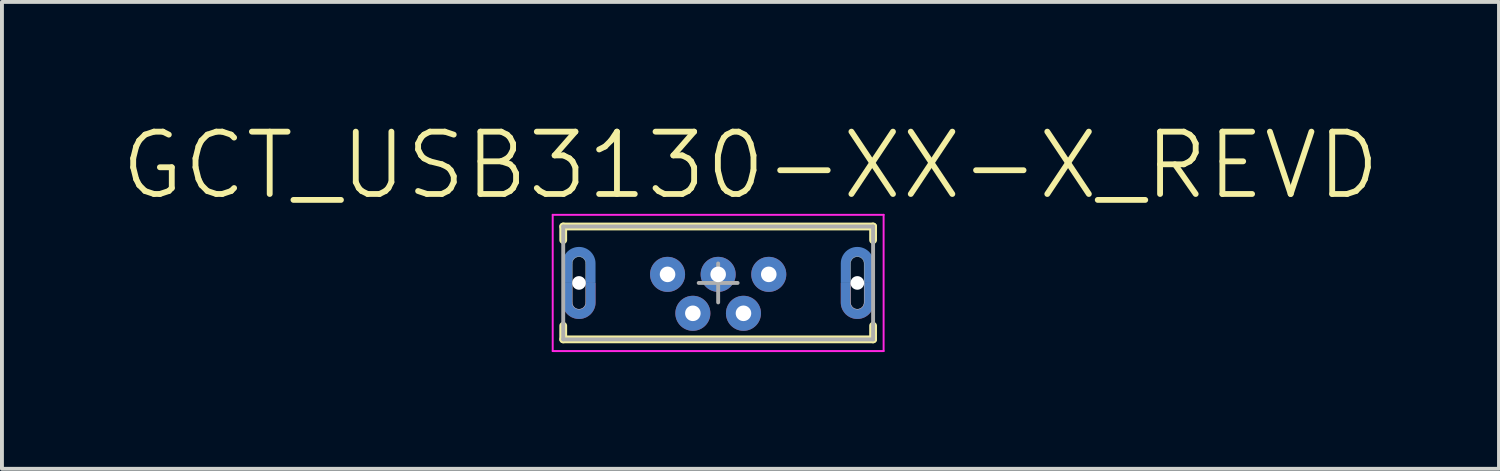
<source format=kicad_pcb>
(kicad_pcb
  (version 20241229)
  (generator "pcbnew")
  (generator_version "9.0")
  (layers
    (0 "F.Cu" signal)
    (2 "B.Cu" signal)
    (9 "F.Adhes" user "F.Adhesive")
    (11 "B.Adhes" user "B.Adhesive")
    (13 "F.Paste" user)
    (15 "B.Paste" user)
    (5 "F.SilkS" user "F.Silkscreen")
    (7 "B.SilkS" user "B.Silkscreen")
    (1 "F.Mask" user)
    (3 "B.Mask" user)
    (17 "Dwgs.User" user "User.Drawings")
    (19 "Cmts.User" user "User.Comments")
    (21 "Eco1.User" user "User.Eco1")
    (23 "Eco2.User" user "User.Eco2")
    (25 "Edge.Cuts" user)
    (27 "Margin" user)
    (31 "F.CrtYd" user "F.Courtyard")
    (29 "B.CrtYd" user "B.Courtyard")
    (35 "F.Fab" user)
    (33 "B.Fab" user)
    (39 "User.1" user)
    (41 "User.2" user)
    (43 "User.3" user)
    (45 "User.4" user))
  (footprint "GCT_USB3130-XX-X_REVD"
    (layer "F.Cu")
    (at 15.398 4.218)
    (property "Reference" "GCT_USB3130-XX-X_REVD" (at 0.831 -3.018 0) (layer "F.SilkS") (effects (font (size 1.601 1.601) (thickness 0.15))))
    (attr through_hole)
    (fp_poly (pts (xy -4.107 -1.025) (xy -3.05 -1.025) (xy -3.05 1.027) (xy -4.107 1.027)) (stroke (width 0.01) (type solid)) (fill yes) (layer "F.Mask"))
    (fp_poly (pts (xy 3.055 -1.025) (xy 4.1 -1.025) (xy 4.1 1.027) (xy 3.055 1.027)) (stroke (width 0.01) (type solid)) (fill yes) (layer "F.Mask"))
    (fp_poly (pts (xy -3.75 0) (xy -4 0) (xy -4 0.5) (xy -3.999 0.522) (xy -3.998 0.544) (xy -3.995 0.566) (xy -3.991 0.588) (xy -3.986 0.61) (xy -3.979 0.631) (xy -3.972 0.652) (xy -3.963 0.673) (xy -3.954 0.693) (xy -3.943 0.713) (xy -3.931 0.731) (xy -3.919 0.75) (xy -3.905 0.767) (xy -3.891 0.784) (xy -3.876 0.801) (xy -3.859 0.816) (xy -3.842 0.83) (xy -3.825 0.844) (xy -3.806 0.856) (xy -3.788 0.868) (xy -3.768 0.879) (xy -3.748 0.888) (xy -3.727 0.897) (xy -3.706 0.904) (xy -3.685 0.911) (xy -3.663 0.916) (xy -3.641 0.92) (xy -3.619 0.923) (xy -3.597 0.924) (xy -3.575 0.925) (xy -3.553 0.924) (xy -3.531 0.923) (xy -3.509 0.92) (xy -3.487 0.916) (xy -3.465 0.911) (xy -3.444 0.904) (xy -3.423 0.897) (xy -3.402 0.888) (xy -3.382 0.879) (xy -3.362 0.868) (xy -3.344 0.856) (xy -3.325 0.844) (xy -3.308 0.83) (xy -3.291 0.816) (xy -3.274 0.801) (xy -3.259 0.784) (xy -3.245 0.767) (xy -3.231 0.75) (xy -3.219 0.731) (xy -3.207 0.712) (xy -3.196 0.693) (xy -3.187 0.673) (xy -3.178 0.652) (xy -3.171 0.631) (xy -3.164 0.61) (xy -3.159 0.588) (xy -3.155 0.566) (xy -3.152 0.544) (xy -3.151 0.522) (xy -3.15 0.5) (xy -3.15 0) (xy -3.4 0) (xy -3.4 0.5) (xy -3.4 0.509) (xy -3.401 0.518) (xy -3.402 0.527) (xy -3.404 0.536) (xy -3.406 0.545) (xy -3.409 0.554) (xy -3.412 0.563) (xy -3.415 0.571) (xy -3.419 0.579) (xy -3.423 0.587) (xy -3.428 0.595) (xy -3.433 0.603) (xy -3.439 0.61) (xy -3.445 0.617) (xy -3.451 0.624) (xy -3.458 0.63) (xy -3.465 0.636) (xy -3.472 0.642) (xy -3.48 0.647) (xy -3.487 0.652) (xy -3.496 0.656) (xy -3.504 0.66) (xy -3.512 0.663) (xy -3.521 0.666) (xy -3.53 0.669) (xy -3.539 0.671) (xy -3.548 0.673) (xy -3.557 0.674) (xy -3.566 0.675) (xy -3.575 0.675) (xy -3.584 0.675) (xy -3.593 0.674) (xy -3.602 0.673) (xy -3.611 0.671) (xy -3.62 0.669) (xy -3.629 0.666) (xy -3.638 0.663) (xy -3.646 0.66) (xy -3.654 0.656) (xy -3.663 0.652) (xy -3.67 0.647) (xy -3.678 0.642) (xy -3.685 0.636) (xy -3.692 0.63) (xy -3.699 0.624) (xy -3.705 0.617) (xy -3.711 0.61) (xy -3.717 0.603) (xy -3.722 0.595) (xy -3.727 0.588) (xy -3.731 0.579) (xy -3.735 0.571) (xy -3.738 0.563) (xy -3.741 0.554) (xy -3.744 0.545) (xy -3.746 0.536) (xy -3.748 0.527) (xy -3.749 0.518) (xy -3.75 0.509) (xy -3.75 0.5) (xy -3.75 0)) (stroke (width 0.001) (type solid)) (fill yes) (layer "B.Cu"))
    (fp_poly (pts (xy -3.4 0) (xy -3.15 0) (xy -3.15 -0.5) (xy -3.151 -0.522) (xy -3.152 -0.544) (xy -3.155 -0.566) (xy -3.159 -0.588) (xy -3.164 -0.61) (xy -3.171 -0.631) (xy -3.178 -0.652) (xy -3.187 -0.673) (xy -3.196 -0.693) (xy -3.207 -0.712) (xy -3.219 -0.731) (xy -3.231 -0.75) (xy -3.245 -0.767) (xy -3.259 -0.784) (xy -3.274 -0.801) (xy -3.291 -0.816) (xy -3.308 -0.83) (xy -3.325 -0.844) (xy -3.344 -0.856) (xy -3.362 -0.868) (xy -3.382 -0.879) (xy -3.402 -0.888) (xy -3.423 -0.897) (xy -3.444 -0.904) (xy -3.465 -0.911) (xy -3.487 -0.916) (xy -3.509 -0.92) (xy -3.531 -0.923) (xy -3.553 -0.924) (xy -3.575 -0.925) (xy -3.597 -0.924) (xy -3.619 -0.923) (xy -3.641 -0.92) (xy -3.663 -0.916) (xy -3.685 -0.911) (xy -3.706 -0.904) (xy -3.727 -0.897) (xy -3.748 -0.888) (xy -3.768 -0.879) (xy -3.788 -0.868) (xy -3.806 -0.856) (xy -3.825 -0.844) (xy -3.842 -0.83) (xy -3.859 -0.816) (xy -3.876 -0.801) (xy -3.891 -0.784) (xy -3.905 -0.767) (xy -3.919 -0.75) (xy -3.931 -0.731) (xy -3.943 -0.713) (xy -3.954 -0.693) (xy -3.963 -0.673) (xy -3.972 -0.652) (xy -3.979 -0.631) (xy -3.986 -0.61) (xy -3.991 -0.588) (xy -3.995 -0.566) (xy -3.998 -0.544) (xy -3.999 -0.522) (xy -4 -0.5) (xy -4 0) (xy -3.75 0) (xy -3.75 -0.5) (xy -3.75 -0.509) (xy -3.749 -0.518) (xy -3.748 -0.527) (xy -3.746 -0.536) (xy -3.744 -0.545) (xy -3.741 -0.554) (xy -3.738 -0.563) (xy -3.735 -0.571) (xy -3.731 -0.579) (xy -3.727 -0.588) (xy -3.722 -0.595) (xy -3.717 -0.603) (xy -3.711 -0.61) (xy -3.705 -0.617) (xy -3.699 -0.624) (xy -3.692 -0.63) (xy -3.685 -0.636) (xy -3.678 -0.642) (xy -3.67 -0.647) (xy -3.663 -0.652) (xy -3.654 -0.656) (xy -3.646 -0.66) (xy -3.638 -0.663) (xy -3.629 -0.666) (xy -3.62 -0.669) (xy -3.611 -0.671) (xy -3.602 -0.673) (xy -3.593 -0.674) (xy -3.584 -0.675) (xy -3.575 -0.675) (xy -3.566 -0.675) (xy -3.557 -0.674) (xy -3.548 -0.673) (xy -3.539 -0.671) (xy -3.53 -0.669) (xy -3.521 -0.666) (xy -3.512 -0.663) (xy -3.504 -0.66) (xy -3.496 -0.656) (xy -3.487 -0.652) (xy -3.48 -0.647) (xy -3.472 -0.642) (xy -3.465 -0.636) (xy -3.458 -0.63) (xy -3.451 -0.624) (xy -3.445 -0.617) (xy -3.439 -0.61) (xy -3.433 -0.603) (xy -3.428 -0.595) (xy -3.423 -0.587) (xy -3.419 -0.579) (xy -3.415 -0.571) (xy -3.412 -0.563) (xy -3.409 -0.554) (xy -3.406 -0.545) (xy -3.404 -0.536) (xy -3.402 -0.527) (xy -3.401 -0.518) (xy -3.4 -0.509) (xy -3.4 -0.5) (xy -3.4 0)) (stroke (width 0.001) (type solid)) (fill yes) (layer "B.Cu"))
    (fp_poly (pts (xy 3.4 0) (xy 3.15 0) (xy 3.15 0.5) (xy 3.151 0.522) (xy 3.152 0.544) (xy 3.155 0.566) (xy 3.159 0.588) (xy 3.164 0.61) (xy 3.171 0.631) (xy 3.178 0.652) (xy 3.187 0.673) (xy 3.196 0.693) (xy 3.207 0.712) (xy 3.219 0.731) (xy 3.231 0.75) (xy 3.245 0.767) (xy 3.259 0.784) (xy 3.274 0.801) (xy 3.291 0.816) (xy 3.308 0.83) (xy 3.325 0.844) (xy 3.344 0.856) (xy 3.362 0.868) (xy 3.382 0.879) (xy 3.402 0.888) (xy 3.423 0.897) (xy 3.444 0.904) (xy 3.465 0.911) (xy 3.487 0.916) (xy 3.509 0.92) (xy 3.531 0.923) (xy 3.553 0.924) (xy 3.575 0.925) (xy 3.597 0.924) (xy 3.619 0.923) (xy 3.641 0.92) (xy 3.663 0.916) (xy 3.685 0.911) (xy 3.706 0.904) (xy 3.727 0.897) (xy 3.748 0.888) (xy 3.768 0.879) (xy 3.788 0.868) (xy 3.806 0.856) (xy 3.825 0.844) (xy 3.842 0.83) (xy 3.859 0.816) (xy 3.876 0.801) (xy 3.891 0.784) (xy 3.905 0.767) (xy 3.919 0.75) (xy 3.931 0.731) (xy 3.943 0.713) (xy 3.954 0.693) (xy 3.963 0.673) (xy 3.972 0.652) (xy 3.979 0.631) (xy 3.986 0.61) (xy 3.991 0.588) (xy 3.995 0.566) (xy 3.998 0.544) (xy 3.999 0.522) (xy 4 0.5) (xy 4 0) (xy 3.75 0) (xy 3.75 0.5) (xy 3.75 0.509) (xy 3.749 0.518) (xy 3.748 0.527) (xy 3.746 0.536) (xy 3.744 0.545) (xy 3.741 0.554) (xy 3.738 0.563) (xy 3.735 0.571) (xy 3.731 0.579) (xy 3.727 0.588) (xy 3.722 0.595) (xy 3.717 0.603) (xy 3.711 0.61) (xy 3.705 0.617) (xy 3.699 0.624) (xy 3.692 0.63) (xy 3.685 0.636) (xy 3.678 0.642) (xy 3.67 0.647) (xy 3.663 0.652) (xy 3.654 0.656) (xy 3.646 0.66) (xy 3.638 0.663) (xy 3.629 0.666) (xy 3.62 0.669) (xy 3.611 0.671) (xy 3.602 0.673) (xy 3.593 0.674) (xy 3.584 0.675) (xy 3.575 0.675) (xy 3.566 0.675) (xy 3.557 0.674) (xy 3.548 0.673) (xy 3.539 0.671) (xy 3.53 0.669) (xy 3.521 0.666) (xy 3.512 0.663) (xy 3.504 0.66) (xy 3.496 0.656) (xy 3.487 0.652) (xy 3.48 0.647) (xy 3.472 0.642) (xy 3.465 0.636) (xy 3.458 0.63) (xy 3.451 0.624) (xy 3.445 0.617) (xy 3.439 0.61) (xy 3.433 0.603) (xy 3.428 0.595) (xy 3.423 0.587) (xy 3.419 0.579) (xy 3.415 0.571) (xy 3.412 0.563) (xy 3.409 0.554) (xy 3.406 0.545) (xy 3.404 0.536) (xy 3.402 0.527) (xy 3.401 0.518) (xy 3.4 0.509) (xy 3.4 0.5) (xy 3.4 0)) (stroke (width 0.001) (type solid)) (fill yes) (layer "B.Cu"))
    (fp_poly (pts (xy 3.75 0) (xy 4 0) (xy 4 -0.5) (xy 3.999 -0.522) (xy 3.998 -0.544) (xy 3.995 -0.566) (xy 3.991 -0.588) (xy 3.986 -0.61) (xy 3.979 -0.631) (xy 3.972 -0.652) (xy 3.963 -0.673) (xy 3.954 -0.693) (xy 3.943 -0.713) (xy 3.931 -0.731) (xy 3.919 -0.75) (xy 3.905 -0.767) (xy 3.891 -0.784) (xy 3.876 -0.801) (xy 3.859 -0.816) (xy 3.842 -0.83) (xy 3.825 -0.844) (xy 3.806 -0.856) (xy 3.788 -0.868) (xy 3.768 -0.879) (xy 3.748 -0.888) (xy 3.727 -0.897) (xy 3.706 -0.904) (xy 3.685 -0.911) (xy 3.663 -0.916) (xy 3.641 -0.92) (xy 3.619 -0.923) (xy 3.597 -0.924) (xy 3.575 -0.925) (xy 3.553 -0.924) (xy 3.531 -0.923) (xy 3.509 -0.92) (xy 3.487 -0.916) (xy 3.465 -0.911) (xy 3.444 -0.904) (xy 3.423 -0.897) (xy 3.402 -0.888) (xy 3.382 -0.879) (xy 3.362 -0.868) (xy 3.344 -0.856) (xy 3.325 -0.844) (xy 3.308 -0.83) (xy 3.291 -0.816) (xy 3.274 -0.801) (xy 3.259 -0.784) (xy 3.245 -0.767) (xy 3.231 -0.75) (xy 3.219 -0.731) (xy 3.207 -0.712) (xy 3.196 -0.693) (xy 3.187 -0.673) (xy 3.178 -0.652) (xy 3.171 -0.631) (xy 3.164 -0.61) (xy 3.159 -0.588) (xy 3.155 -0.566) (xy 3.152 -0.544) (xy 3.151 -0.522) (xy 3.15 -0.5) (xy 3.15 0) (xy 3.4 0) (xy 3.4 -0.5) (xy 3.4 -0.509) (xy 3.401 -0.518) (xy 3.402 -0.527) (xy 3.404 -0.536) (xy 3.406 -0.545) (xy 3.409 -0.554) (xy 3.412 -0.563) (xy 3.415 -0.571) (xy 3.419 -0.579) (xy 3.423 -0.587) (xy 3.428 -0.595) (xy 3.433 -0.603) (xy 3.439 -0.61) (xy 3.445 -0.617) (xy 3.451 -0.624) (xy 3.458 -0.63) (xy 3.465 -0.636) (xy 3.472 -0.642) (xy 3.48 -0.647) (xy 3.487 -0.652) (xy 3.496 -0.656) (xy 3.504 -0.66) (xy 3.512 -0.663) (xy 3.521 -0.666) (xy 3.53 -0.669) (xy 3.539 -0.671) (xy 3.548 -0.673) (xy 3.557 -0.674) (xy 3.566 -0.675) (xy 3.575 -0.675) (xy 3.584 -0.675) (xy 3.593 -0.674) (xy 3.602 -0.673) (xy 3.611 -0.671) (xy 3.62 -0.669) (xy 3.629 -0.666) (xy 3.638 -0.663) (xy 3.646 -0.66) (xy 3.654 -0.656) (xy 3.663 -0.652) (xy 3.67 -0.647) (xy 3.678 -0.642) (xy 3.685 -0.636) (xy 3.692 -0.63) (xy 3.699 -0.624) (xy 3.705 -0.617) (xy 3.711 -0.61) (xy 3.717 -0.603) (xy 3.722 -0.595) (xy 3.727 -0.588) (xy 3.731 -0.579) (xy 3.735 -0.571) (xy 3.738 -0.563) (xy 3.741 -0.554) (xy 3.744 -0.545) (xy 3.746 -0.536) (xy 3.748 -0.527) (xy 3.749 -0.518) (xy 3.75 -0.509) (xy 3.75 -0.5) (xy 3.75 0)) (stroke (width 0.001) (type solid)) (fill yes) (layer "B.Cu"))
    (fp_poly (pts (xy -4.108 -1.025) (xy -3.05 -1.025) (xy -3.05 1.027) (xy -4.108 1.027)) (stroke (width 0.01) (type solid)) (fill yes) (layer "B.Mask"))
    (fp_poly (pts (xy 3.055 -1.025) (xy 4.1 -1.025) (xy 4.1 1.027) (xy 3.055 1.027)) (stroke (width 0.01) (type solid)) (fill yes) (layer "B.Mask"))
    (fp_line (start -3.98 -1.45) (end 3.98 -1.45) (stroke (width 0.2) (type solid)) (layer "F.SilkS"))
    (fp_line (start -3.98 -1.1) (end -3.98 -1.45) (stroke (width 0.2) (type solid)) (layer "F.SilkS"))
    (fp_line (start -3.98 1.45) (end -3.98 1.1) (stroke (width 0.2) (type solid)) (layer "F.SilkS"))
    (fp_line (start -3.98 1.45) (end 3.98 1.45) (stroke (width 0.2) (type solid)) (layer "F.SilkS"))
    (fp_line (start 3.98 -1.1) (end 3.98 -1.45) (stroke (width 0.2) (type solid)) (layer "F.SilkS"))
    (fp_line (start 3.98 1.45) (end 3.98 1.1) (stroke (width 0.2) (type solid)) (layer "F.SilkS"))
    (fp_poly (pts (xy -3.75 0) (xy -4 0) (xy -4 0.5) (xy -3.999 0.522) (xy -3.998 0.544) (xy -3.995 0.566) (xy -3.991 0.588) (xy -3.986 0.61) (xy -3.979 0.631) (xy -3.972 0.652) (xy -3.963 0.673) (xy -3.954 0.693) (xy -3.943 0.713) (xy -3.931 0.731) (xy -3.919 0.75) (xy -3.905 0.767) (xy -3.891 0.784) (xy -3.876 0.801) (xy -3.859 0.816) (xy -3.842 0.83) (xy -3.825 0.844) (xy -3.806 0.856) (xy -3.788 0.868) (xy -3.768 0.879) (xy -3.748 0.888) (xy -3.727 0.897) (xy -3.706 0.904) (xy -3.685 0.911) (xy -3.663 0.916) (xy -3.641 0.92) (xy -3.619 0.923) (xy -3.597 0.924) (xy -3.575 0.925) (xy -3.553 0.924) (xy -3.531 0.923) (xy -3.509 0.92) (xy -3.487 0.916) (xy -3.465 0.911) (xy -3.444 0.904) (xy -3.423 0.897) (xy -3.402 0.888) (xy -3.382 0.879) (xy -3.362 0.868) (xy -3.344 0.856) (xy -3.325 0.844) (xy -3.308 0.83) (xy -3.291 0.816) (xy -3.274 0.801) (xy -3.259 0.784) (xy -3.245 0.767) (xy -3.231 0.75) (xy -3.219 0.731) (xy -3.207 0.712) (xy -3.196 0.693) (xy -3.187 0.673) (xy -3.178 0.652) (xy -3.171 0.631) (xy -3.164 0.61) (xy -3.159 0.588) (xy -3.155 0.566) (xy -3.152 0.544) (xy -3.151 0.522) (xy -3.15 0.5) (xy -3.15 0) (xy -3.4 0) (xy -3.4 0.5) (xy -3.4 0.509) (xy -3.401 0.518) (xy -3.402 0.527) (xy -3.404 0.536) (xy -3.406 0.545) (xy -3.409 0.554) (xy -3.412 0.563) (xy -3.415 0.571) (xy -3.419 0.579) (xy -3.423 0.587) (xy -3.428 0.595) (xy -3.433 0.603) (xy -3.439 0.61) (xy -3.445 0.617) (xy -3.451 0.624) (xy -3.458 0.63) (xy -3.465 0.636) (xy -3.472 0.642) (xy -3.48 0.647) (xy -3.487 0.652) (xy -3.496 0.656) (xy -3.504 0.66) (xy -3.512 0.663) (xy -3.521 0.666) (xy -3.53 0.669) (xy -3.539 0.671) (xy -3.548 0.673) (xy -3.557 0.674) (xy -3.566 0.675) (xy -3.575 0.675) (xy -3.584 0.675) (xy -3.593 0.674) (xy -3.602 0.673) (xy -3.611 0.671) (xy -3.62 0.669) (xy -3.629 0.666) (xy -3.638 0.663) (xy -3.646 0.66) (xy -3.654 0.656) (xy -3.663 0.652) (xy -3.67 0.647) (xy -3.678 0.642) (xy -3.685 0.636) (xy -3.692 0.63) (xy -3.699 0.624) (xy -3.705 0.617) (xy -3.711 0.61) (xy -3.717 0.603) (xy -3.722 0.595) (xy -3.727 0.588) (xy -3.731 0.579) (xy -3.735 0.571) (xy -3.738 0.563) (xy -3.741 0.554) (xy -3.744 0.545) (xy -3.746 0.536) (xy -3.748 0.527) (xy -3.749 0.518) (xy -3.75 0.509) (xy -3.75 0.5) (xy -3.75 0)) (stroke (width 0.001) (type solid)) (fill yes) (layer "F.Paste"))
    (fp_poly (pts (xy -3.4 0) (xy -3.15 0) (xy -3.15 -0.5) (xy -3.151 -0.522) (xy -3.152 -0.544) (xy -3.155 -0.566) (xy -3.159 -0.588) (xy -3.164 -0.61) (xy -3.171 -0.631) (xy -3.178 -0.652) (xy -3.187 -0.673) (xy -3.196 -0.693) (xy -3.207 -0.712) (xy -3.219 -0.731) (xy -3.231 -0.75) (xy -3.245 -0.767) (xy -3.259 -0.784) (xy -3.274 -0.801) (xy -3.291 -0.816) (xy -3.308 -0.83) (xy -3.325 -0.844) (xy -3.344 -0.856) (xy -3.362 -0.868) (xy -3.382 -0.879) (xy -3.402 -0.888) (xy -3.423 -0.897) (xy -3.444 -0.904) (xy -3.465 -0.911) (xy -3.487 -0.916) (xy -3.509 -0.92) (xy -3.531 -0.923) (xy -3.553 -0.924) (xy -3.575 -0.925) (xy -3.597 -0.924) (xy -3.619 -0.923) (xy -3.641 -0.92) (xy -3.663 -0.916) (xy -3.685 -0.911) (xy -3.706 -0.904) (xy -3.727 -0.897) (xy -3.748 -0.888) (xy -3.768 -0.879) (xy -3.788 -0.868) (xy -3.806 -0.856) (xy -3.825 -0.844) (xy -3.842 -0.83) (xy -3.859 -0.816) (xy -3.876 -0.801) (xy -3.891 -0.784) (xy -3.905 -0.767) (xy -3.919 -0.75) (xy -3.931 -0.731) (xy -3.943 -0.713) (xy -3.954 -0.693) (xy -3.963 -0.673) (xy -3.972 -0.652) (xy -3.979 -0.631) (xy -3.986 -0.61) (xy -3.991 -0.588) (xy -3.995 -0.566) (xy -3.998 -0.544) (xy -3.999 -0.522) (xy -4 -0.5) (xy -4 0) (xy -3.75 0) (xy -3.75 -0.5) (xy -3.75 -0.509) (xy -3.749 -0.518) (xy -3.748 -0.527) (xy -3.746 -0.536) (xy -3.744 -0.545) (xy -3.741 -0.554) (xy -3.738 -0.563) (xy -3.735 -0.571) (xy -3.731 -0.579) (xy -3.727 -0.588) (xy -3.722 -0.595) (xy -3.717 -0.603) (xy -3.711 -0.61) (xy -3.705 -0.617) (xy -3.699 -0.624) (xy -3.692 -0.63) (xy -3.685 -0.636) (xy -3.678 -0.642) (xy -3.67 -0.647) (xy -3.663 -0.652) (xy -3.654 -0.656) (xy -3.646 -0.66) (xy -3.638 -0.663) (xy -3.629 -0.666) (xy -3.62 -0.669) (xy -3.611 -0.671) (xy -3.602 -0.673) (xy -3.593 -0.674) (xy -3.584 -0.675) (xy -3.575 -0.675) (xy -3.566 -0.675) (xy -3.557 -0.674) (xy -3.548 -0.673) (xy -3.539 -0.671) (xy -3.53 -0.669) (xy -3.521 -0.666) (xy -3.512 -0.663) (xy -3.504 -0.66) (xy -3.496 -0.656) (xy -3.487 -0.652) (xy -3.48 -0.647) (xy -3.472 -0.642) (xy -3.465 -0.636) (xy -3.458 -0.63) (xy -3.451 -0.624) (xy -3.445 -0.617) (xy -3.439 -0.61) (xy -3.433 -0.603) (xy -3.428 -0.595) (xy -3.423 -0.587) (xy -3.419 -0.579) (xy -3.415 -0.571) (xy -3.412 -0.563) (xy -3.409 -0.554) (xy -3.406 -0.545) (xy -3.404 -0.536) (xy -3.402 -0.527) (xy -3.401 -0.518) (xy -3.4 -0.509) (xy -3.4 -0.5) (xy -3.4 0)) (stroke (width 0.001) (type solid)) (fill yes) (layer "F.Paste"))
    (fp_poly (pts (xy 3.4 0) (xy 3.15 0) (xy 3.15 0.5) (xy 3.151 0.522) (xy 3.152 0.544) (xy 3.155 0.566) (xy 3.159 0.588) (xy 3.164 0.61) (xy 3.171 0.631) (xy 3.178 0.652) (xy 3.187 0.673) (xy 3.196 0.693) (xy 3.207 0.712) (xy 3.219 0.731) (xy 3.231 0.75) (xy 3.245 0.767) (xy 3.259 0.784) (xy 3.274 0.801) (xy 3.291 0.816) (xy 3.308 0.83) (xy 3.325 0.844) (xy 3.344 0.856) (xy 3.362 0.868) (xy 3.382 0.879) (xy 3.402 0.888) (xy 3.423 0.897) (xy 3.444 0.904) (xy 3.465 0.911) (xy 3.487 0.916) (xy 3.509 0.92) (xy 3.531 0.923) (xy 3.553 0.924) (xy 3.575 0.925) (xy 3.597 0.924) (xy 3.619 0.923) (xy 3.641 0.92) (xy 3.663 0.916) (xy 3.685 0.911) (xy 3.706 0.904) (xy 3.727 0.897) (xy 3.748 0.888) (xy 3.768 0.879) (xy 3.788 0.868) (xy 3.806 0.856) (xy 3.825 0.844) (xy 3.842 0.83) (xy 3.859 0.816) (xy 3.876 0.801) (xy 3.891 0.784) (xy 3.905 0.767) (xy 3.919 0.75) (xy 3.931 0.731) (xy 3.943 0.713) (xy 3.954 0.693) (xy 3.963 0.673) (xy 3.972 0.652) (xy 3.979 0.631) (xy 3.986 0.61) (xy 3.991 0.588) (xy 3.995 0.566) (xy 3.998 0.544) (xy 3.999 0.522) (xy 4 0.5) (xy 4 0) (xy 3.75 0) (xy 3.75 0.5) (xy 3.75 0.509) (xy 3.749 0.518) (xy 3.748 0.527) (xy 3.746 0.536) (xy 3.744 0.545) (xy 3.741 0.554) (xy 3.738 0.563) (xy 3.735 0.571) (xy 3.731 0.579) (xy 3.727 0.588) (xy 3.722 0.595) (xy 3.717 0.603) (xy 3.711 0.61) (xy 3.705 0.617) (xy 3.699 0.624) (xy 3.692 0.63) (xy 3.685 0.636) (xy 3.678 0.642) (xy 3.67 0.647) (xy 3.663 0.652) (xy 3.654 0.656) (xy 3.646 0.66) (xy 3.638 0.663) (xy 3.629 0.666) (xy 3.62 0.669) (xy 3.611 0.671) (xy 3.602 0.673) (xy 3.593 0.674) (xy 3.584 0.675) (xy 3.575 0.675) (xy 3.566 0.675) (xy 3.557 0.674) (xy 3.548 0.673) (xy 3.539 0.671) (xy 3.53 0.669) (xy 3.521 0.666) (xy 3.512 0.663) (xy 3.504 0.66) (xy 3.496 0.656) (xy 3.487 0.652) (xy 3.48 0.647) (xy 3.472 0.642) (xy 3.465 0.636) (xy 3.458 0.63) (xy 3.451 0.624) (xy 3.445 0.617) (xy 3.439 0.61) (xy 3.433 0.603) (xy 3.428 0.595) (xy 3.423 0.587) (xy 3.419 0.579) (xy 3.415 0.571) (xy 3.412 0.563) (xy 3.409 0.554) (xy 3.406 0.545) (xy 3.404 0.536) (xy 3.402 0.527) (xy 3.401 0.518) (xy 3.4 0.509) (xy 3.4 0.5) (xy 3.4 0)) (stroke (width 0.001) (type solid)) (fill yes) (layer "F.Paste"))
    (fp_poly (pts (xy 3.75 0) (xy 4 0) (xy 4 -0.5) (xy 3.999 -0.522) (xy 3.998 -0.544) (xy 3.995 -0.566) (xy 3.991 -0.588) (xy 3.986 -0.61) (xy 3.979 -0.631) (xy 3.972 -0.652) (xy 3.963 -0.673) (xy 3.954 -0.693) (xy 3.943 -0.713) (xy 3.931 -0.731) (xy 3.919 -0.75) (xy 3.905 -0.767) (xy 3.891 -0.784) (xy 3.876 -0.801) (xy 3.859 -0.816) (xy 3.842 -0.83) (xy 3.825 -0.844) (xy 3.806 -0.856) (xy 3.788 -0.868) (xy 3.768 -0.879) (xy 3.748 -0.888) (xy 3.727 -0.897) (xy 3.706 -0.904) (xy 3.685 -0.911) (xy 3.663 -0.916) (xy 3.641 -0.92) (xy 3.619 -0.923) (xy 3.597 -0.924) (xy 3.575 -0.925) (xy 3.553 -0.924) (xy 3.531 -0.923) (xy 3.509 -0.92) (xy 3.487 -0.916) (xy 3.465 -0.911) (xy 3.444 -0.904) (xy 3.423 -0.897) (xy 3.402 -0.888) (xy 3.382 -0.879) (xy 3.362 -0.868) (xy 3.344 -0.856) (xy 3.325 -0.844) (xy 3.308 -0.83) (xy 3.291 -0.816) (xy 3.274 -0.801) (xy 3.259 -0.784) (xy 3.245 -0.767) (xy 3.231 -0.75) (xy 3.219 -0.731) (xy 3.207 -0.712) (xy 3.196 -0.693) (xy 3.187 -0.673) (xy 3.178 -0.652) (xy 3.171 -0.631) (xy 3.164 -0.61) (xy 3.159 -0.588) (xy 3.155 -0.566) (xy 3.152 -0.544) (xy 3.151 -0.522) (xy 3.15 -0.5) (xy 3.15 0) (xy 3.4 0) (xy 3.4 -0.5) (xy 3.4 -0.509) (xy 3.401 -0.518) (xy 3.402 -0.527) (xy 3.404 -0.536) (xy 3.406 -0.545) (xy 3.409 -0.554) (xy 3.412 -0.563) (xy 3.415 -0.571) (xy 3.419 -0.579) (xy 3.423 -0.587) (xy 3.428 -0.595) (xy 3.433 -0.603) (xy 3.439 -0.61) (xy 3.445 -0.617) (xy 3.451 -0.624) (xy 3.458 -0.63) (xy 3.465 -0.636) (xy 3.472 -0.642) (xy 3.48 -0.647) (xy 3.487 -0.652) (xy 3.496 -0.656) (xy 3.504 -0.66) (xy 3.512 -0.663) (xy 3.521 -0.666) (xy 3.53 -0.669) (xy 3.539 -0.671) (xy 3.548 -0.673) (xy 3.557 -0.674) (xy 3.566 -0.675) (xy 3.575 -0.675) (xy 3.584 -0.675) (xy 3.593 -0.674) (xy 3.602 -0.673) (xy 3.611 -0.671) (xy 3.62 -0.669) (xy 3.629 -0.666) (xy 3.638 -0.663) (xy 3.646 -0.66) (xy 3.654 -0.656) (xy 3.663 -0.652) (xy 3.67 -0.647) (xy 3.678 -0.642) (xy 3.685 -0.636) (xy 3.692 -0.63) (xy 3.699 -0.624) (xy 3.705 -0.617) (xy 3.711 -0.61) (xy 3.717 -0.603) (xy 3.722 -0.595) (xy 3.727 -0.588) (xy 3.731 -0.579) (xy 3.735 -0.571) (xy 3.738 -0.563) (xy 3.741 -0.554) (xy 3.744 -0.545) (xy 3.746 -0.536) (xy 3.748 -0.527) (xy 3.749 -0.518) (xy 3.75 -0.509) (xy 3.75 -0.5) (xy 3.75 0)) (stroke (width 0.001) (type solid)) (fill yes) (layer "F.Paste"))
    (fp_poly (pts (xy -3.75 0) (xy -4 0) (xy -4 0.5) (xy -3.999 0.522) (xy -3.998 0.544) (xy -3.995 0.566) (xy -3.991 0.588) (xy -3.986 0.61) (xy -3.979 0.631) (xy -3.972 0.652) (xy -3.963 0.673) (xy -3.954 0.693) (xy -3.943 0.713) (xy -3.931 0.731) (xy -3.919 0.75) (xy -3.905 0.767) (xy -3.891 0.784) (xy -3.876 0.801) (xy -3.859 0.816) (xy -3.842 0.83) (xy -3.825 0.844) (xy -3.806 0.856) (xy -3.788 0.868) (xy -3.768 0.879) (xy -3.748 0.888) (xy -3.727 0.897) (xy -3.706 0.904) (xy -3.685 0.911) (xy -3.663 0.916) (xy -3.641 0.92) (xy -3.619 0.923) (xy -3.597 0.924) (xy -3.575 0.925) (xy -3.553 0.924) (xy -3.531 0.923) (xy -3.509 0.92) (xy -3.487 0.916) (xy -3.465 0.911) (xy -3.444 0.904) (xy -3.423 0.897) (xy -3.402 0.888) (xy -3.382 0.879) (xy -3.362 0.868) (xy -3.344 0.856) (xy -3.325 0.844) (xy -3.308 0.83) (xy -3.291 0.816) (xy -3.274 0.801) (xy -3.259 0.784) (xy -3.245 0.767) (xy -3.231 0.75) (xy -3.219 0.731) (xy -3.207 0.712) (xy -3.196 0.693) (xy -3.187 0.673) (xy -3.178 0.652) (xy -3.171 0.631) (xy -3.164 0.61) (xy -3.159 0.588) (xy -3.155 0.566) (xy -3.152 0.544) (xy -3.151 0.522) (xy -3.15 0.5) (xy -3.15 0) (xy -3.4 0) (xy -3.4 0.5) (xy -3.4 0.509) (xy -3.401 0.518) (xy -3.402 0.527) (xy -3.404 0.536) (xy -3.406 0.545) (xy -3.409 0.554) (xy -3.412 0.563) (xy -3.415 0.571) (xy -3.419 0.579) (xy -3.423 0.587) (xy -3.428 0.595) (xy -3.433 0.603) (xy -3.439 0.61) (xy -3.445 0.617) (xy -3.451 0.624) (xy -3.458 0.63) (xy -3.465 0.636) (xy -3.472 0.642) (xy -3.48 0.647) (xy -3.487 0.652) (xy -3.496 0.656) (xy -3.504 0.66) (xy -3.512 0.663) (xy -3.521 0.666) (xy -3.53 0.669) (xy -3.539 0.671) (xy -3.548 0.673) (xy -3.557 0.674) (xy -3.566 0.675) (xy -3.575 0.675) (xy -3.584 0.675) (xy -3.593 0.674) (xy -3.602 0.673) (xy -3.611 0.671) (xy -3.62 0.669) (xy -3.629 0.666) (xy -3.638 0.663) (xy -3.646 0.66) (xy -3.654 0.656) (xy -3.663 0.652) (xy -3.67 0.647) (xy -3.678 0.642) (xy -3.685 0.636) (xy -3.692 0.63) (xy -3.699 0.624) (xy -3.705 0.617) (xy -3.711 0.61) (xy -3.717 0.603) (xy -3.722 0.595) (xy -3.727 0.588) (xy -3.731 0.579) (xy -3.735 0.571) (xy -3.738 0.563) (xy -3.741 0.554) (xy -3.744 0.545) (xy -3.746 0.536) (xy -3.748 0.527) (xy -3.749 0.518) (xy -3.75 0.509) (xy -3.75 0.5) (xy -3.75 0)) (stroke (width 0.001) (type solid)) (fill yes) (layer "B.Paste"))
    (fp_poly (pts (xy -3.4 0) (xy -3.15 0) (xy -3.15 -0.5) (xy -3.151 -0.522) (xy -3.152 -0.544) (xy -3.155 -0.566) (xy -3.159 -0.588) (xy -3.164 -0.61) (xy -3.171 -0.631) (xy -3.178 -0.652) (xy -3.187 -0.673) (xy -3.196 -0.693) (xy -3.207 -0.712) (xy -3.219 -0.731) (xy -3.231 -0.75) (xy -3.245 -0.767) (xy -3.259 -0.784) (xy -3.274 -0.801) (xy -3.291 -0.816) (xy -3.308 -0.83) (xy -3.325 -0.844) (xy -3.344 -0.856) (xy -3.362 -0.868) (xy -3.382 -0.879) (xy -3.402 -0.888) (xy -3.423 -0.897) (xy -3.444 -0.904) (xy -3.465 -0.911) (xy -3.487 -0.916) (xy -3.509 -0.92) (xy -3.531 -0.923) (xy -3.553 -0.924) (xy -3.575 -0.925) (xy -3.597 -0.924) (xy -3.619 -0.923) (xy -3.641 -0.92) (xy -3.663 -0.916) (xy -3.685 -0.911) (xy -3.706 -0.904) (xy -3.727 -0.897) (xy -3.748 -0.888) (xy -3.768 -0.879) (xy -3.788 -0.868) (xy -3.806 -0.856) (xy -3.825 -0.844) (xy -3.842 -0.83) (xy -3.859 -0.816) (xy -3.876 -0.801) (xy -3.891 -0.784) (xy -3.905 -0.767) (xy -3.919 -0.75) (xy -3.931 -0.731) (xy -3.943 -0.713) (xy -3.954 -0.693) (xy -3.963 -0.673) (xy -3.972 -0.652) (xy -3.979 -0.631) (xy -3.986 -0.61) (xy -3.991 -0.588) (xy -3.995 -0.566) (xy -3.998 -0.544) (xy -3.999 -0.522) (xy -4 -0.5) (xy -4 0) (xy -3.75 0) (xy -3.75 -0.5) (xy -3.75 -0.509) (xy -3.749 -0.518) (xy -3.748 -0.527) (xy -3.746 -0.536) (xy -3.744 -0.545) (xy -3.741 -0.554) (xy -3.738 -0.563) (xy -3.735 -0.571) (xy -3.731 -0.579) (xy -3.727 -0.588) (xy -3.722 -0.595) (xy -3.717 -0.603) (xy -3.711 -0.61) (xy -3.705 -0.617) (xy -3.699 -0.624) (xy -3.692 -0.63) (xy -3.685 -0.636) (xy -3.678 -0.642) (xy -3.67 -0.647) (xy -3.663 -0.652) (xy -3.654 -0.656) (xy -3.646 -0.66) (xy -3.638 -0.663) (xy -3.629 -0.666) (xy -3.62 -0.669) (xy -3.611 -0.671) (xy -3.602 -0.673) (xy -3.593 -0.674) (xy -3.584 -0.675) (xy -3.575 -0.675) (xy -3.566 -0.675) (xy -3.557 -0.674) (xy -3.548 -0.673) (xy -3.539 -0.671) (xy -3.53 -0.669) (xy -3.521 -0.666) (xy -3.512 -0.663) (xy -3.504 -0.66) (xy -3.496 -0.656) (xy -3.487 -0.652) (xy -3.48 -0.647) (xy -3.472 -0.642) (xy -3.465 -0.636) (xy -3.458 -0.63) (xy -3.451 -0.624) (xy -3.445 -0.617) (xy -3.439 -0.61) (xy -3.433 -0.603) (xy -3.428 -0.595) (xy -3.423 -0.587) (xy -3.419 -0.579) (xy -3.415 -0.571) (xy -3.412 -0.563) (xy -3.409 -0.554) (xy -3.406 -0.545) (xy -3.404 -0.536) (xy -3.402 -0.527) (xy -3.401 -0.518) (xy -3.4 -0.509) (xy -3.4 -0.5) (xy -3.4 0)) (stroke (width 0.001) (type solid)) (fill yes) (layer "B.Paste"))
    (fp_poly (pts (xy 3.4 0) (xy 3.15 0) (xy 3.15 0.5) (xy 3.151 0.522) (xy 3.152 0.544) (xy 3.155 0.566) (xy 3.159 0.588) (xy 3.164 0.61) (xy 3.171 0.631) (xy 3.178 0.652) (xy 3.187 0.673) (xy 3.196 0.693) (xy 3.207 0.712) (xy 3.219 0.731) (xy 3.231 0.75) (xy 3.245 0.767) (xy 3.259 0.784) (xy 3.274 0.801) (xy 3.291 0.816) (xy 3.308 0.83) (xy 3.325 0.844) (xy 3.344 0.856) (xy 3.362 0.868) (xy 3.382 0.879) (xy 3.402 0.888) (xy 3.423 0.897) (xy 3.444 0.904) (xy 3.465 0.911) (xy 3.487 0.916) (xy 3.509 0.92) (xy 3.531 0.923) (xy 3.553 0.924) (xy 3.575 0.925) (xy 3.597 0.924) (xy 3.619 0.923) (xy 3.641 0.92) (xy 3.663 0.916) (xy 3.685 0.911) (xy 3.706 0.904) (xy 3.727 0.897) (xy 3.748 0.888) (xy 3.768 0.879) (xy 3.788 0.868) (xy 3.806 0.856) (xy 3.825 0.844) (xy 3.842 0.83) (xy 3.859 0.816) (xy 3.876 0.801) (xy 3.891 0.784) (xy 3.905 0.767) (xy 3.919 0.75) (xy 3.931 0.731) (xy 3.943 0.713) (xy 3.954 0.693) (xy 3.963 0.673) (xy 3.972 0.652) (xy 3.979 0.631) (xy 3.986 0.61) (xy 3.991 0.588) (xy 3.995 0.566) (xy 3.998 0.544) (xy 3.999 0.522) (xy 4 0.5) (xy 4 0) (xy 3.75 0) (xy 3.75 0.5) (xy 3.75 0.509) (xy 3.749 0.518) (xy 3.748 0.527) (xy 3.746 0.536) (xy 3.744 0.545) (xy 3.741 0.554) (xy 3.738 0.563) (xy 3.735 0.571) (xy 3.731 0.579) (xy 3.727 0.588) (xy 3.722 0.595) (xy 3.717 0.603) (xy 3.711 0.61) (xy 3.705 0.617) (xy 3.699 0.624) (xy 3.692 0.63) (xy 3.685 0.636) (xy 3.678 0.642) (xy 3.67 0.647) (xy 3.663 0.652) (xy 3.654 0.656) (xy 3.646 0.66) (xy 3.638 0.663) (xy 3.629 0.666) (xy 3.62 0.669) (xy 3.611 0.671) (xy 3.602 0.673) (xy 3.593 0.674) (xy 3.584 0.675) (xy 3.575 0.675) (xy 3.566 0.675) (xy 3.557 0.674) (xy 3.548 0.673) (xy 3.539 0.671) (xy 3.53 0.669) (xy 3.521 0.666) (xy 3.512 0.663) (xy 3.504 0.66) (xy 3.496 0.656) (xy 3.487 0.652) (xy 3.48 0.647) (xy 3.472 0.642) (xy 3.465 0.636) (xy 3.458 0.63) (xy 3.451 0.624) (xy 3.445 0.617) (xy 3.439 0.61) (xy 3.433 0.603) (xy 3.428 0.595) (xy 3.423 0.587) (xy 3.419 0.579) (xy 3.415 0.571) (xy 3.412 0.563) (xy 3.409 0.554) (xy 3.406 0.545) (xy 3.404 0.536) (xy 3.402 0.527) (xy 3.401 0.518) (xy 3.4 0.509) (xy 3.4 0.5) (xy 3.4 0)) (stroke (width 0.001) (type solid)) (fill yes) (layer "B.Paste"))
    (fp_poly (pts (xy 3.75 0) (xy 4 0) (xy 4 -0.5) (xy 3.999 -0.522) (xy 3.998 -0.544) (xy 3.995 -0.566) (xy 3.991 -0.588) (xy 3.986 -0.61) (xy 3.979 -0.631) (xy 3.972 -0.652) (xy 3.963 -0.673) (xy 3.954 -0.693) (xy 3.943 -0.713) (xy 3.931 -0.731) (xy 3.919 -0.75) (xy 3.905 -0.767) (xy 3.891 -0.784) (xy 3.876 -0.801) (xy 3.859 -0.816) (xy 3.842 -0.83) (xy 3.825 -0.844) (xy 3.806 -0.856) (xy 3.788 -0.868) (xy 3.768 -0.879) (xy 3.748 -0.888) (xy 3.727 -0.897) (xy 3.706 -0.904) (xy 3.685 -0.911) (xy 3.663 -0.916) (xy 3.641 -0.92) (xy 3.619 -0.923) (xy 3.597 -0.924) (xy 3.575 -0.925) (xy 3.553 -0.924) (xy 3.531 -0.923) (xy 3.509 -0.92) (xy 3.487 -0.916) (xy 3.465 -0.911) (xy 3.444 -0.904) (xy 3.423 -0.897) (xy 3.402 -0.888) (xy 3.382 -0.879) (xy 3.362 -0.868) (xy 3.344 -0.856) (xy 3.325 -0.844) (xy 3.308 -0.83) (xy 3.291 -0.816) (xy 3.274 -0.801) (xy 3.259 -0.784) (xy 3.245 -0.767) (xy 3.231 -0.75) (xy 3.219 -0.731) (xy 3.207 -0.712) (xy 3.196 -0.693) (xy 3.187 -0.673) (xy 3.178 -0.652) (xy 3.171 -0.631) (xy 3.164 -0.61) (xy 3.159 -0.588) (xy 3.155 -0.566) (xy 3.152 -0.544) (xy 3.151 -0.522) (xy 3.15 -0.5) (xy 3.15 0) (xy 3.4 0) (xy 3.4 -0.5) (xy 3.4 -0.509) (xy 3.401 -0.518) (xy 3.402 -0.527) (xy 3.404 -0.536) (xy 3.406 -0.545) (xy 3.409 -0.554) (xy 3.412 -0.563) (xy 3.415 -0.571) (xy 3.419 -0.579) (xy 3.423 -0.587) (xy 3.428 -0.595) (xy 3.433 -0.603) (xy 3.439 -0.61) (xy 3.445 -0.617) (xy 3.451 -0.624) (xy 3.458 -0.63) (xy 3.465 -0.636) (xy 3.472 -0.642) (xy 3.48 -0.647) (xy 3.487 -0.652) (xy 3.496 -0.656) (xy 3.504 -0.66) (xy 3.512 -0.663) (xy 3.521 -0.666) (xy 3.53 -0.669) (xy 3.539 -0.671) (xy 3.548 -0.673) (xy 3.557 -0.674) (xy 3.566 -0.675) (xy 3.575 -0.675) (xy 3.584 -0.675) (xy 3.593 -0.674) (xy 3.602 -0.673) (xy 3.611 -0.671) (xy 3.62 -0.669) (xy 3.629 -0.666) (xy 3.638 -0.663) (xy 3.646 -0.66) (xy 3.654 -0.656) (xy 3.663 -0.652) (xy 3.67 -0.647) (xy 3.678 -0.642) (xy 3.685 -0.636) (xy 3.692 -0.63) (xy 3.699 -0.624) (xy 3.705 -0.617) (xy 3.711 -0.61) (xy 3.717 -0.603) (xy 3.722 -0.595) (xy 3.727 -0.588) (xy 3.731 -0.579) (xy 3.735 -0.571) (xy 3.738 -0.563) (xy 3.741 -0.554) (xy 3.744 -0.545) (xy 3.746 -0.536) (xy 3.748 -0.527) (xy 3.749 -0.518) (xy 3.75 -0.509) (xy 3.75 -0.5) (xy 3.75 0)) (stroke (width 0.001) (type solid)) (fill yes) (layer "B.Paste"))
    (fp_line (start -3.75 -0.5) (end -3.75 0.5) (stroke (width 0.01) (type solid)) (layer "Edge.Cuts"))
    (fp_line (start -3.4 0.5) (end -3.4 -0.5) (stroke (width 0.01) (type solid)) (layer "Edge.Cuts"))
    (fp_line (start 3.4 -0.5) (end 3.4 0.5) (stroke (width 0.01) (type solid)) (layer "Edge.Cuts"))
    (fp_line (start 3.75 0.5) (end 3.75 -0.5) (stroke (width 0.01) (type solid)) (layer "Edge.Cuts"))
    (fp_arc (start -3.75 -0.5) (mid -3.698744 -0.623744) (end -3.575 -0.675) (stroke (width 0.01) (type solid)) (layer "Edge.Cuts"))
    (fp_arc (start -3.575 -0.675) (mid -3.451256 -0.623744) (end -3.4 -0.5) (stroke (width 0.01) (type solid)) (layer "Edge.Cuts"))
    (fp_arc (start -3.575 0.675) (mid -3.698744 0.623744) (end -3.75 0.5) (stroke (width 0.01) (type solid)) (layer "Edge.Cuts"))
    (fp_arc (start -3.4 0.5) (mid -3.451256 0.623744) (end -3.575 0.675) (stroke (width 0.01) (type solid)) (layer "Edge.Cuts"))
    (fp_arc (start 3.4 -0.5) (mid 3.451256 -0.623744) (end 3.575 -0.675) (stroke (width 0.01) (type solid)) (layer "Edge.Cuts"))
    (fp_arc (start 3.575 -0.675) (mid 3.698744 -0.623744) (end 3.75 -0.5) (stroke (width 0.01) (type solid)) (layer "Edge.Cuts"))
    (fp_arc (start 3.575 0.675) (mid 3.451256 0.623744) (end 3.4 0.5) (stroke (width 0.01) (type solid)) (layer "Edge.Cuts"))
    (fp_arc (start 3.75 0.5) (mid 3.698744 0.623744) (end 3.575 0.675) (stroke (width 0.01) (type solid)) (layer "Edge.Cuts"))
    (fp_line (start -4.25 -1.75) (end 4.25 -1.75) (stroke (width 0.05) (type solid)) (layer "F.CrtYd"))
    (fp_line (start -4.25 1.75) (end -4.25 -1.75) (stroke (width 0.05) (type solid)) (layer "F.CrtYd"))
    (fp_line (start -4.25 1.75) (end 4.25 1.75) (stroke (width 0.05) (type solid)) (layer "F.CrtYd"))
    (fp_line (start 4.25 1.75) (end 4.25 -1.75) (stroke (width 0.05) (type solid)) (layer "F.CrtYd"))
    (fp_line (start -3.98 -1.45) (end 3.98 -1.45) (stroke (width 0.1) (type solid)) (layer "F.Fab"))
    (fp_line (start -3.98 1.45) (end -3.98 -1.45) (stroke (width 0.1) (type solid)) (layer "F.Fab"))
    (fp_line (start -3.98 1.45) (end 3.98 1.45) (stroke (width 0.1) (type solid)) (layer "F.Fab"))
    (fp_line (start -0.5 0) (end 0.5 0) (stroke (width 0.1) (type solid)) (layer "F.Fab"))
    (fp_line (start 0 0.5) (end 0 -0.5) (stroke (width 0.1) (type solid)) (layer "F.Fab"))
    (fp_line (start 3.98 1.45) (end 3.98 -1.45) (stroke (width 0.1) (type solid)) (layer "F.Fab"))
    (pad "" np_thru_hole circle (at -3.575 0) (size 0.35 0.35) (drill 0.35) (layers "*.Cu" "*.Mask"))
    (pad "" np_thru_hole circle (at 3.575 0) (size 0.35 0.35) (drill 0.35) (layers "*.Cu" "*.Mask"))
    (pad "1" thru_hole circle (at -1.3 -0.22) (size 0.9 0.9) (drill 0.4) (layers "*.Cu" "*.Mask"))
    (pad "2" thru_hole circle (at -0.65 0.78) (size 0.9 0.9) (drill 0.4) (layers "*.Cu" "*.Mask"))
    (pad "3" thru_hole circle (at 0 -0.22) (size 0.9 0.9) (drill 0.4) (layers "*.Cu" "*.Mask"))
    (pad "4" thru_hole circle (at 0.65 0.78) (size 0.9 0.9) (drill 0.4) (layers "*.Cu" "*.Mask"))
    (pad "5" thru_hole circle (at 1.3 -0.22) (size 0.9 0.9) (drill 0.4) (layers "*.Cu" "*.Mask"))
    (pad "6" smd custom (at -3.275 0) (size 0.1 0.1) (layers "F.Cu") (options (anchor rect)) (primitives (gr_poly (pts (xy -0.475 0) (xy -0.725 0) (xy -0.725 0.5) (xy -0.724 0.522) (xy -0.723 0.544) (xy -0.72 0.566) (xy -0.716 0.588) (xy -0.711 0.61) (xy -0.704 0.631) (xy -0.697 0.652) (xy -0.688 0.673) (xy -0.679 0.693) (xy -0.668 0.713) (xy -0.656 0.731) (xy -0.644 0.75) (xy -0.63 0.767) (xy -0.616 0.784) (xy -0.601 0.801) (xy -0.584 0.816) (xy -0.567 0.83) (xy -0.55 0.844) (xy -0.531 0.856) (xy -0.513 0.868) (xy -0.493 0.879) (xy -0.473 0.888) (xy -0.452 0.897) (xy -0.431 0.904) (xy -0.41 0.911) (xy -0.388 0.916) (xy -0.366 0.92) (xy -0.344 0.923) (xy -0.322 0.924) (xy -0.3 0.925) (xy -0.278 0.924) (xy -0.256 0.923) (xy -0.234 0.92) (xy -0.212 0.916) (xy -0.19 0.911) (xy -0.169 0.904) (xy -0.148 0.897) (xy -0.127 0.888) (xy -0.107 0.879) (xy -0.087 0.868) (xy -0.069 0.856) (xy -0.05 0.844) (xy -0.033 0.83) (xy -0.016 0.816) (xy 0.001 0.801) (xy 0.016 0.784) (xy 0.03 0.767) (xy 0.044 0.75) (xy 0.056 0.731) (xy 0.068 0.712) (xy 0.079 0.693) (xy 0.088 0.673) (xy 0.097 0.652) (xy 0.104 0.631) (xy 0.111 0.61) (xy 0.116 0.588) (xy 0.12 0.566) (xy 0.123 0.544) (xy 0.124 0.522) (xy 0.125 0.5) (xy 0.125 0) (xy -0.125 0) (xy -0.125 0.5) (xy -0.125 0.509) (xy -0.126 0.518) (xy -0.127 0.527) (xy -0.129 0.536) (xy -0.131 0.545) (xy -0.134 0.554) (xy -0.137 0.563) (xy -0.14 0.571) (xy -0.144 0.579) (xy -0.148 0.587) (xy -0.153 0.595) (xy -0.158 0.603) (xy -0.164 0.61) (xy -0.17 0.617) (xy -0.176 0.624) (xy -0.183 0.63) (xy -0.19 0.636) (xy -0.197 0.642) (xy -0.205 0.647) (xy -0.212 0.652) (xy -0.221 0.656) (xy -0.229 0.66) (xy -0.237 0.663) (xy -0.246 0.666) (xy -0.255 0.669) (xy -0.264 0.671) (xy -0.273 0.673) (xy -0.282 0.674) (xy -0.291 0.675) (xy -0.3 0.675) (xy -0.309 0.675) (xy -0.318 0.674) (xy -0.327 0.673) (xy -0.336 0.671) (xy -0.345 0.669) (xy -0.354 0.666) (xy -0.363 0.663) (xy -0.371 0.66) (xy -0.379 0.656) (xy -0.388 0.652) (xy -0.395 0.647) (xy -0.403 0.642) (xy -0.41 0.636) (xy -0.417 0.63) (xy -0.424 0.624) (xy -0.43 0.617) (xy -0.436 0.61) (xy -0.442 0.603) (xy -0.447 0.595) (xy -0.452 0.588) (xy -0.456 0.579) (xy -0.46 0.571) (xy -0.463 0.563) (xy -0.466 0.554) (xy -0.469 0.545) (xy -0.471 0.536) (xy -0.473 0.527) (xy -0.474 0.518) (xy -0.475 0.509) (xy -0.475 0.5) (xy -0.475 0)) (width 0.001) (fill yes))))
    (pad "7" smd custom (at 3.875 0) (size 0.1 0.1) (layers "F.Cu") (options (anchor rect)) (primitives (gr_poly (pts (xy -0.475 0) (xy -0.725 0) (xy -0.725 0.5) (xy -0.724 0.522) (xy -0.723 0.544) (xy -0.72 0.566) (xy -0.716 0.588) (xy -0.711 0.61) (xy -0.704 0.631) (xy -0.697 0.652) (xy -0.688 0.673) (xy -0.679 0.693) (xy -0.668 0.712) (xy -0.656 0.731) (xy -0.644 0.75) (xy -0.63 0.767) (xy -0.616 0.784) (xy -0.601 0.801) (xy -0.584 0.816) (xy -0.567 0.83) (xy -0.55 0.844) (xy -0.531 0.856) (xy -0.513 0.868) (xy -0.493 0.879) (xy -0.473 0.888) (xy -0.452 0.897) (xy -0.431 0.904) (xy -0.41 0.911) (xy -0.388 0.916) (xy -0.366 0.92) (xy -0.344 0.923) (xy -0.322 0.924) (xy -0.3 0.925) (xy -0.278 0.924) (xy -0.256 0.923) (xy -0.234 0.92) (xy -0.212 0.916) (xy -0.19 0.911) (xy -0.169 0.904) (xy -0.148 0.897) (xy -0.127 0.888) (xy -0.107 0.879) (xy -0.087 0.868) (xy -0.069 0.856) (xy -0.05 0.844) (xy -0.033 0.83) (xy -0.016 0.816) (xy 0.001 0.801) (xy 0.016 0.784) (xy 0.03 0.767) (xy 0.044 0.75) (xy 0.056 0.731) (xy 0.068 0.713) (xy 0.079 0.693) (xy 0.088 0.673) (xy 0.097 0.652) (xy 0.104 0.631) (xy 0.111 0.61) (xy 0.116 0.588) (xy 0.12 0.566) (xy 0.123 0.544) (xy 0.124 0.522) (xy 0.125 0.5) (xy 0.125 0) (xy -0.125 0) (xy -0.125 0.5) (xy -0.125 0.509) (xy -0.126 0.518) (xy -0.127 0.527) (xy -0.129 0.536) (xy -0.131 0.545) (xy -0.134 0.554) (xy -0.137 0.563) (xy -0.14 0.571) (xy -0.144 0.579) (xy -0.148 0.588) (xy -0.153 0.595) (xy -0.158 0.603) (xy -0.164 0.61) (xy -0.17 0.617) (xy -0.176 0.624) (xy -0.183 0.63) (xy -0.19 0.636) (xy -0.197 0.642) (xy -0.205 0.647) (xy -0.212 0.652) (xy -0.221 0.656) (xy -0.229 0.66) (xy -0.237 0.663) (xy -0.246 0.666) (xy -0.255 0.669) (xy -0.264 0.671) (xy -0.273 0.673) (xy -0.282 0.674) (xy -0.291 0.675) (xy -0.3 0.675) (xy -0.309 0.675) (xy -0.318 0.674) (xy -0.327 0.673) (xy -0.336 0.671) (xy -0.345 0.669) (xy -0.354 0.666) (xy -0.363 0.663) (xy -0.371 0.66) (xy -0.379 0.656) (xy -0.388 0.652) (xy -0.395 0.647) (xy -0.403 0.642) (xy -0.41 0.636) (xy -0.417 0.63) (xy -0.424 0.624) (xy -0.43 0.617) (xy -0.436 0.61) (xy -0.442 0.603) (xy -0.447 0.595) (xy -0.452 0.587) (xy -0.456 0.579) (xy -0.46 0.571) (xy -0.463 0.563) (xy -0.466 0.554) (xy -0.469 0.545) (xy -0.471 0.536) (xy -0.473 0.527) (xy -0.474 0.518) (xy -0.475 0.509) (xy -0.475 0.5) (xy -0.475 0)) (width 0.001) (fill yes)))))
  (gr_rect
    (start -3 -3)
    (end 35.456 8.993)
    (stroke (width 0.1) (type default))
    (fill no)
    (layer "Edge.Cuts")))
</source>
